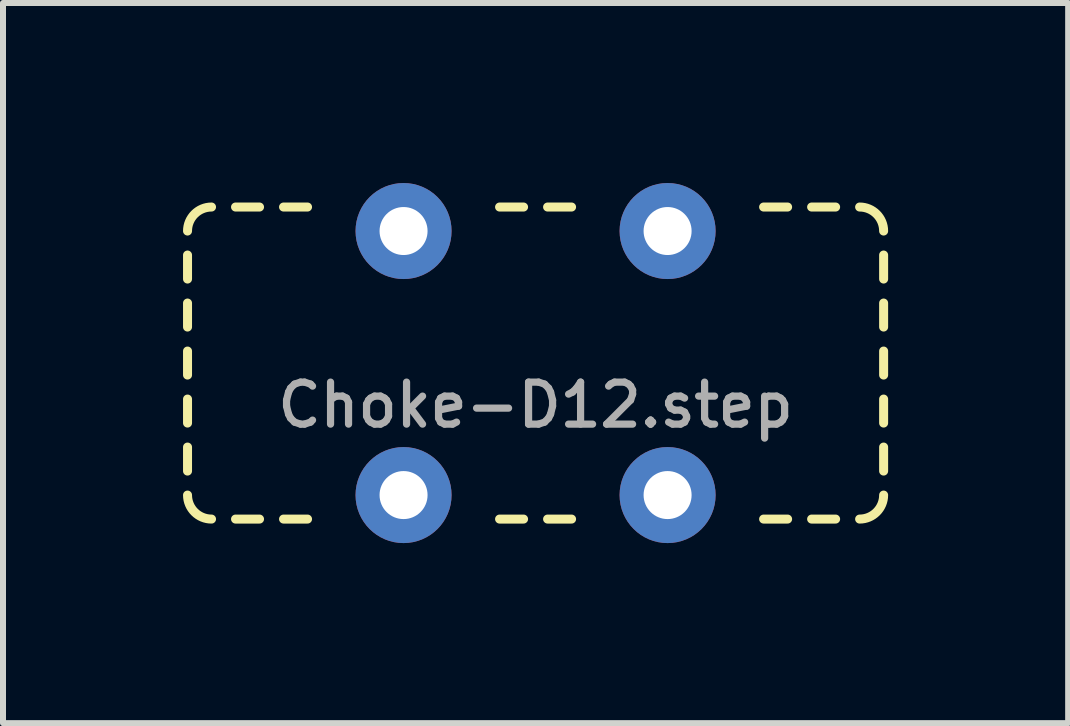
<source format=kicad_pcb>
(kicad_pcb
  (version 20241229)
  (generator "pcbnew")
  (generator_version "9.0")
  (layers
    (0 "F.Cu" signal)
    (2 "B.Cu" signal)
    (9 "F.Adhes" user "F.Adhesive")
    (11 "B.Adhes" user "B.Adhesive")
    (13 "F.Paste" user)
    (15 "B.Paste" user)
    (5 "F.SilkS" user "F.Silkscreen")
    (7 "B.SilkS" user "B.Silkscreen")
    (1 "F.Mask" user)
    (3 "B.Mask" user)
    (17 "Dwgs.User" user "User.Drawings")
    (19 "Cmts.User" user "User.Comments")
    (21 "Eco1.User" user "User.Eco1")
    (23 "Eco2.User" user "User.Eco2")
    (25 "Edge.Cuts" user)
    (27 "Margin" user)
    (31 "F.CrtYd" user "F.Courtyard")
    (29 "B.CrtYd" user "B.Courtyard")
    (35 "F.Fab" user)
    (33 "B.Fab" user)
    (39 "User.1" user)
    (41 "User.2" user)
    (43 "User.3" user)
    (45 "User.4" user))
  (footprint "Choke-D12.step"
    (layer "F.Cu")
    (at 5.875 3)
    (property "Reference" "Choke-D12.step" (at 0 0.7 0) (unlocked yes) (layer "F.Fab") (effects (font (size 0.7 0.7) (thickness 0.12) (bold yes))))
    (attr smd)
    (fp_line (start -5.8 -1.4) (end -5.8 -1.8) (stroke (width 0.15) (type default)) (layer "F.SilkS"))
    (fp_line (start -5.8 -0.6) (end -5.8 -1) (stroke (width 0.15) (type default)) (layer "F.SilkS"))
    (fp_line (start -5.8 0.2) (end -5.8 -0.2) (stroke (width 0.15) (type default)) (layer "F.SilkS"))
    (fp_line (start -5.8 1) (end -5.8 0.6) (stroke (width 0.15) (type default)) (layer "F.SilkS"))
    (fp_line (start -5.8 1.8) (end -5.8 1.4) (stroke (width 0.15) (type default)) (layer "F.SilkS"))
    (fp_line (start -4.6 -2.6) (end -5 -2.6) (stroke (width 0.15) (type default)) (layer "F.SilkS"))
    (fp_line (start -4.6 2.6) (end -5 2.6) (stroke (width 0.15) (type default)) (layer "F.SilkS"))
    (fp_line (start -3.8 -2.6) (end -4.2 -2.6) (stroke (width 0.15) (type default)) (layer "F.SilkS"))
    (fp_line (start -3.8 2.6) (end -4.2 2.6) (stroke (width 0.15) (type default)) (layer "F.SilkS"))
    (fp_line (start -0.2 -2.6) (end -0.6 -2.6) (stroke (width 0.15) (type default)) (layer "F.SilkS"))
    (fp_line (start -0.2 2.6) (end -0.6 2.6) (stroke (width 0.15) (type default)) (layer "F.SilkS"))
    (fp_line (start 0.6 -2.6) (end 0.2 -2.6) (stroke (width 0.15) (type default)) (layer "F.SilkS"))
    (fp_line (start 0.6 2.6) (end 0.2 2.6) (stroke (width 0.15) (type default)) (layer "F.SilkS"))
    (fp_line (start 4.2 -2.6) (end 3.8 -2.6) (stroke (width 0.15) (type default)) (layer "F.SilkS"))
    (fp_line (start 4.2 2.6) (end 3.8 2.6) (stroke (width 0.15) (type default)) (layer "F.SilkS"))
    (fp_line (start 5 -2.6) (end 4.6 -2.6) (stroke (width 0.15) (type default)) (layer "F.SilkS"))
    (fp_line (start 5 2.6) (end 4.6 2.6) (stroke (width 0.15) (type default)) (layer "F.SilkS"))
    (fp_line (start 5.8 -1.4) (end 5.8 -1.8) (stroke (width 0.15) (type default)) (layer "F.SilkS"))
    (fp_line (start 5.8 -0.6) (end 5.8 -1) (stroke (width 0.15) (type default)) (layer "F.SilkS"))
    (fp_line (start 5.8 0.2) (end 5.8 -0.2) (stroke (width 0.15) (type default)) (layer "F.SilkS"))
    (fp_line (start 5.8 1) (end 5.8 0.6) (stroke (width 0.15) (type default)) (layer "F.SilkS"))
    (fp_line (start 5.8 1.8) (end 5.8 1.4) (stroke (width 0.15) (type default)) (layer "F.SilkS"))
    (fp_arc (start -5.799999 -2.199999) (mid -5.682842 -2.482842) (end -5.399999 -2.599999) (stroke (width 0.15) (type default)) (layer "F.SilkS"))
    (fp_arc (start -5.399999 2.599999) (mid -5.682842 2.482842) (end -5.799999 2.199999) (stroke (width 0.15) (type default)) (layer "F.SilkS"))
    (fp_arc (start 5.4 -2.6) (mid 5.682843 -2.482843) (end 5.8 -2.2) (stroke (width 0.15) (type default)) (layer "F.SilkS"))
    (fp_arc (start 5.799999 2.199999) (mid 5.682842 2.482842) (end 5.399999 2.599999) (stroke (width 0.15) (type default)) (layer "F.SilkS"))
    (pad "1" thru_hole circle (at -2.2 -2.2) (size 1.6 1.6) (drill 0.8) (layers "*.Cu" "*.Mask"))
    (pad "2" thru_hole circle (at 2.2 -2.2) (size 1.6 1.6) (drill 0.8) (layers "*.Cu" "*.Mask"))
    (pad "3" thru_hole circle (at -2.2 2.2) (size 1.6 1.6) (drill 0.8) (layers "*.Cu" "*.Mask"))
    (pad "4" thru_hole circle (at 2.2 2.2) (size 1.6 1.6) (drill 0.8) (layers "*.Cu" "*.Mask")))
  (gr_rect
    (start -3 -3)
    (end 14.75 9)
    (stroke (width 0.1) (type default))
    (fill no)
    (layer "Edge.Cuts")))
</source>
